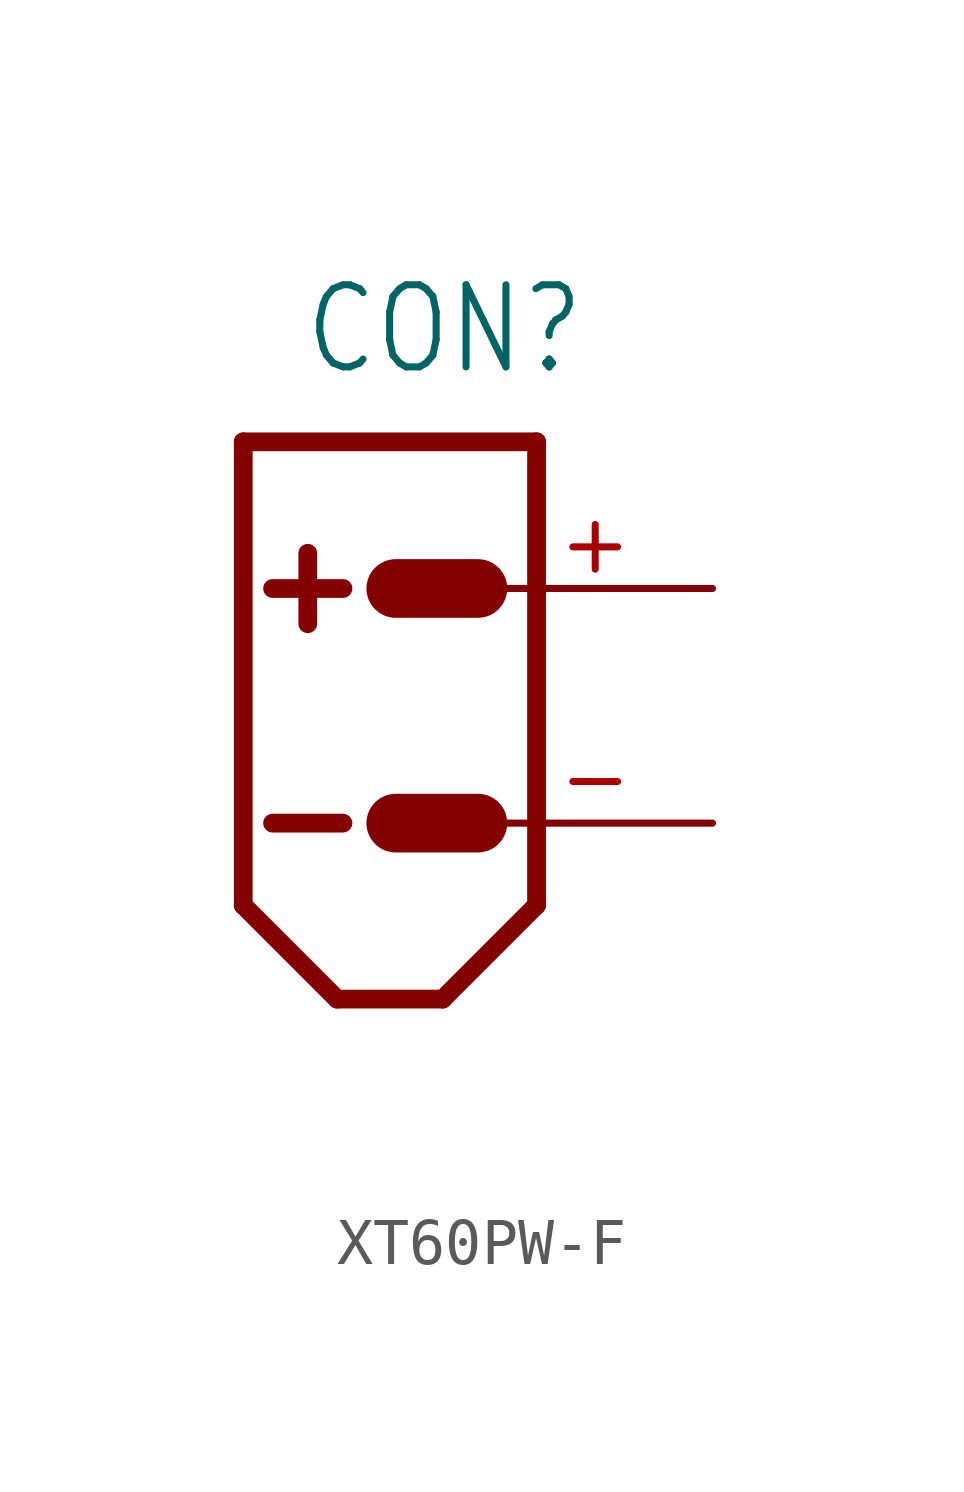
<source format=kicad_sym>
(kicad_symbol_lib
  (version 20220914)
  (generator kicad_symbol_editor)
  (symbol "XT60PW-F"
    (property "Reference" "CON"
      (at -3.81 7.112 0)
      (effects (font (size 1.778 1.511)) (justify left bottom)))
    (property "Value" ""
      (at -3.81 -8.89 0)
      (effects (font (size 1.778 1.511)) (justify left bottom)))
    (property "ki_locked" ""
      (at 0 0 0)
      (effects (font (size 1.27 1.27))))
    (symbol "XT60PW-F_1_0"
      (polyline (pts (xy -5.08 -4.318) (xy -3.048 -6.35)) (stroke (width 0.406) (type solid)) (fill (type none)))
      (polyline (pts (xy -5.08 5.715) (xy -5.08 -4.318)) (stroke (width 0.406) (type solid)) (fill (type none)))
      (polyline (pts (xy -5.08 5.715) (xy 1.27 5.715)) (stroke (width 0.406) (type solid)) (fill (type none)))
      (polyline (pts (xy -4.445 -2.54) (xy -2.921 -2.54)) (stroke (width 0.406) (type solid)) (fill (type none)))
      (polyline (pts (xy -4.445 2.54) (xy -2.921 2.54)) (stroke (width 0.406) (type solid)) (fill (type none)))
      (polyline (pts (xy -3.683 3.302) (xy -3.683 1.778)) (stroke (width 0.406) (type solid)) (fill (type none)))
      (polyline (pts (xy -3.048 -6.35) (xy -0.762 -6.35)) (stroke (width 0.406) (type solid)) (fill (type none)))
      (polyline (pts (xy -0.762 -6.35) (xy 1.27 -4.318)) (stroke (width 0.406) (type solid)) (fill (type none)))
      (polyline (pts (xy 0 -2.54) (xy -1.778 -2.54)) (stroke (width 1.27) (type solid)) (fill (type none)))
      (polyline (pts (xy 0 2.54) (xy -1.778 2.54)) (stroke (width 1.27) (type solid)) (fill (type none)))
      (polyline (pts (xy 1.27 -4.318) (xy 1.27 5.715)) (stroke (width 0.406) (type solid)) (fill (type none)))
      (pin power_in line (at 5.08 2.54 180) (length 5.08) (name "+" (effects (font (size 0 0)))) (number "+" (effects (font (size 1.27 1.27)))))
      (pin power_in line (at 5.08 -2.54 180) (length 5.08) (name "-" (effects (font (size 0 0)))) (number "-" (effects (font (size 1.27 1.27))))))))
</source>
